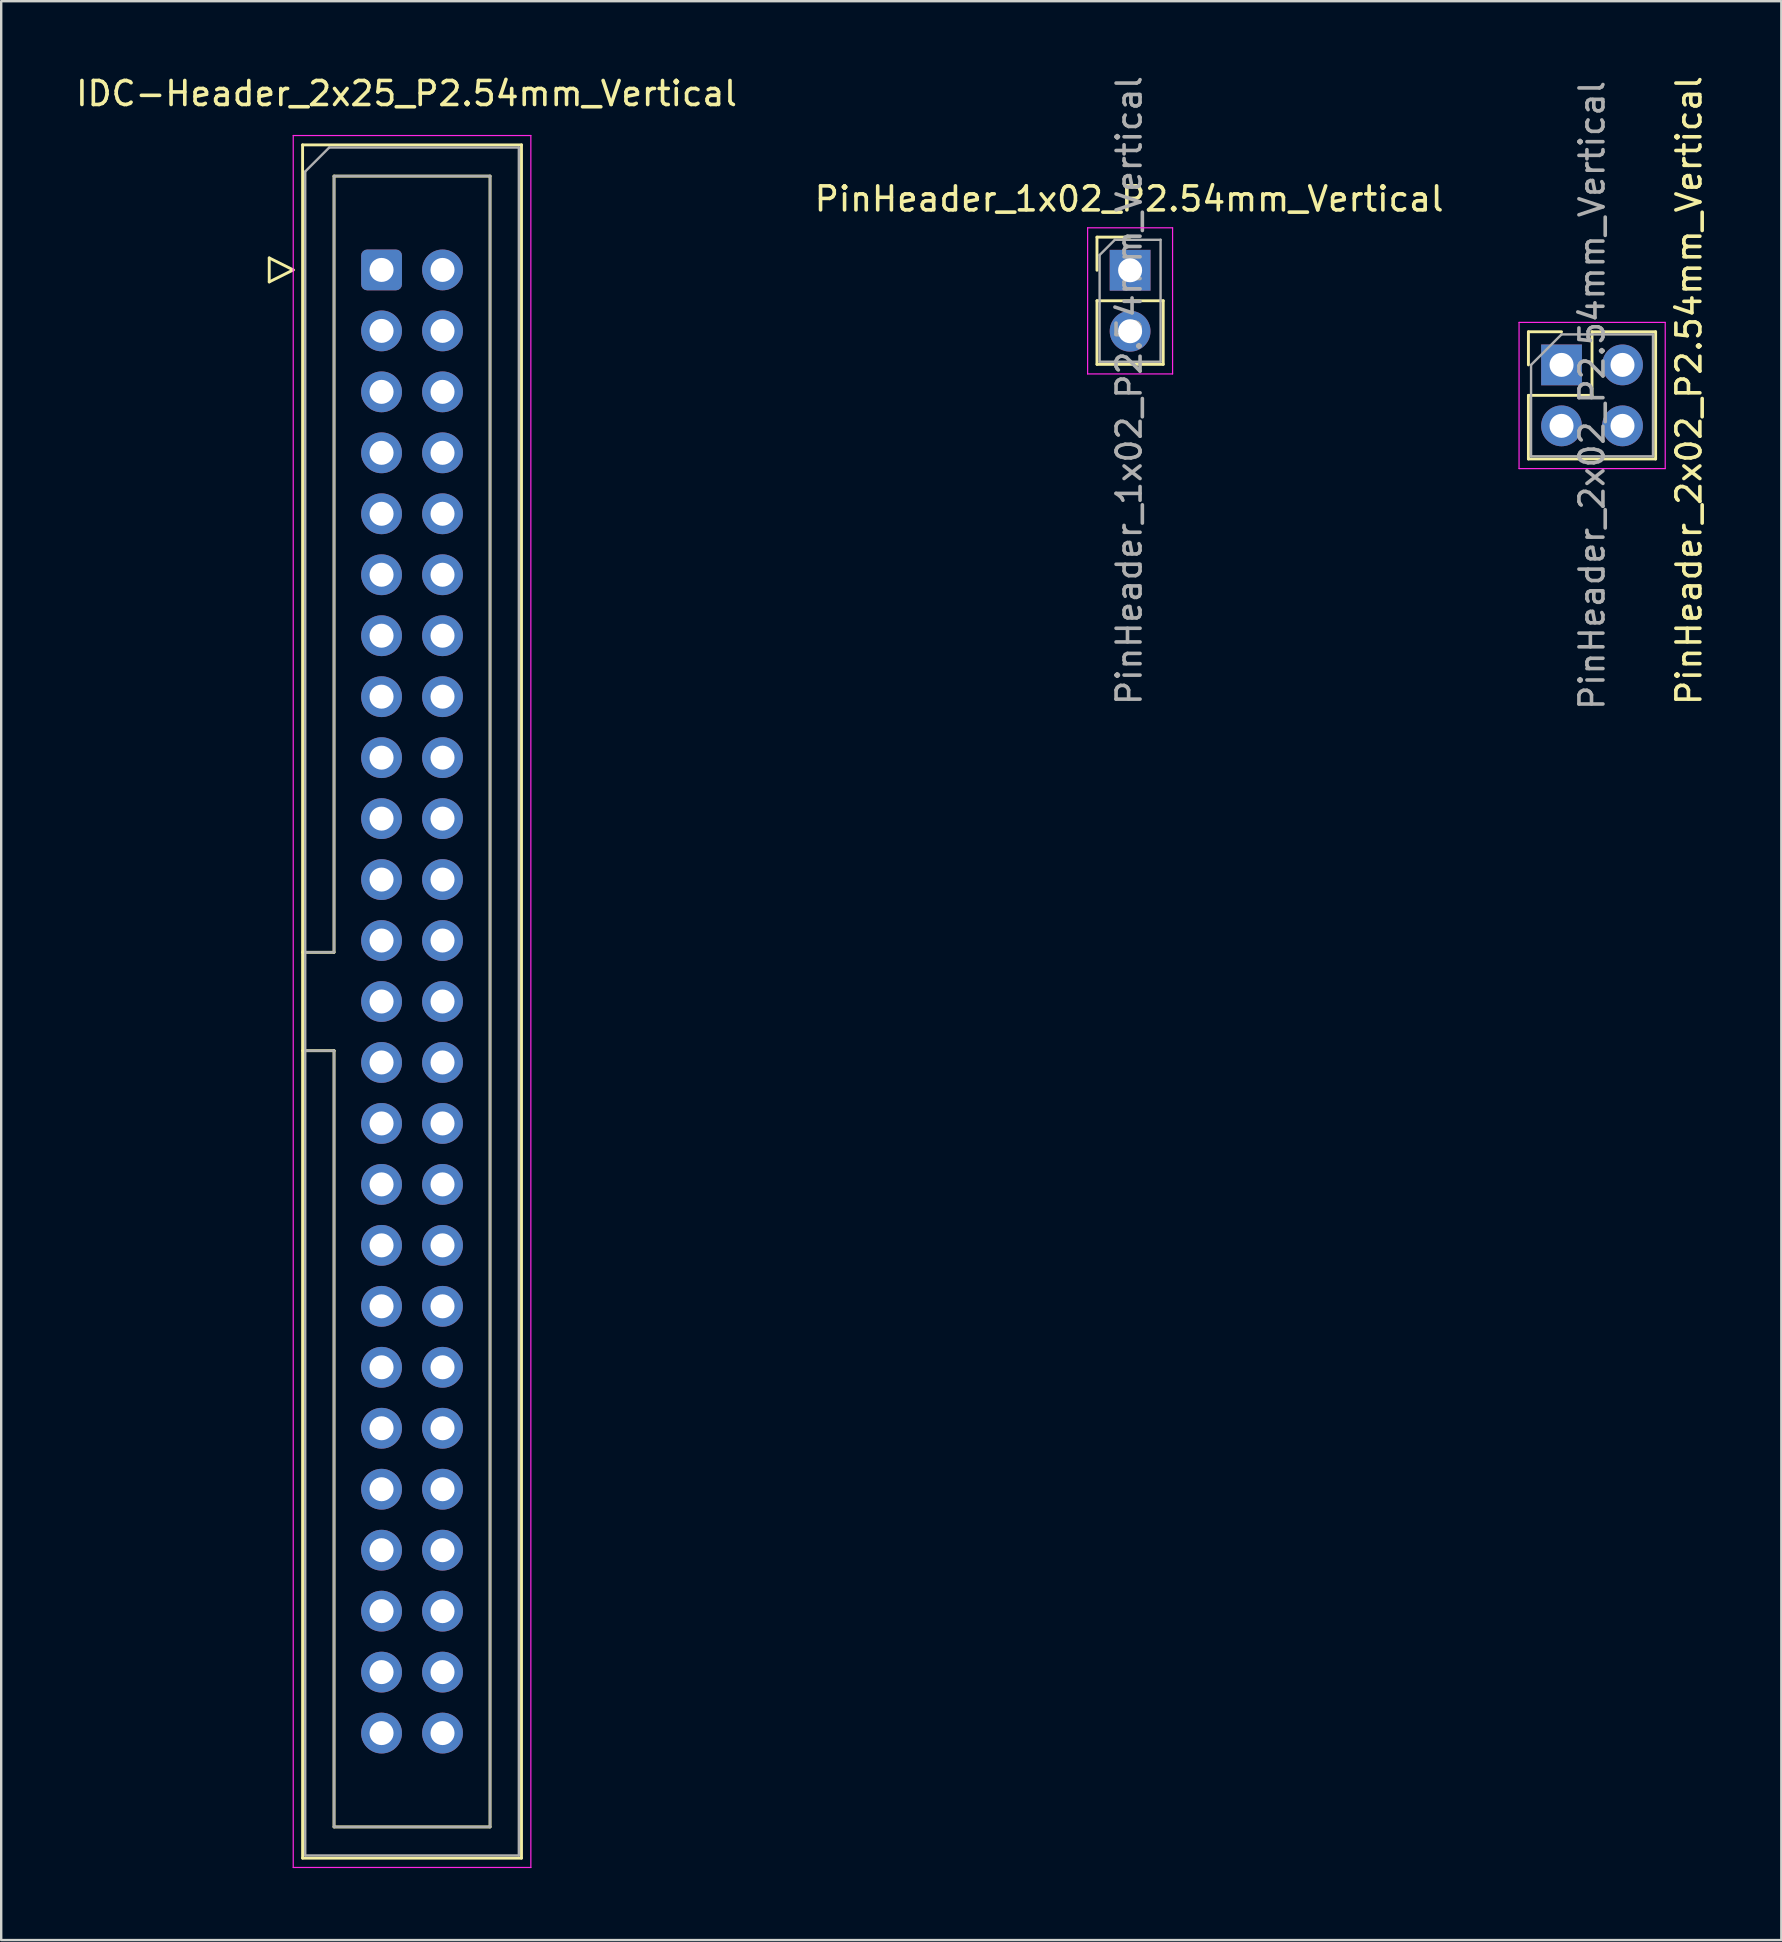
<source format=kicad_pcb>
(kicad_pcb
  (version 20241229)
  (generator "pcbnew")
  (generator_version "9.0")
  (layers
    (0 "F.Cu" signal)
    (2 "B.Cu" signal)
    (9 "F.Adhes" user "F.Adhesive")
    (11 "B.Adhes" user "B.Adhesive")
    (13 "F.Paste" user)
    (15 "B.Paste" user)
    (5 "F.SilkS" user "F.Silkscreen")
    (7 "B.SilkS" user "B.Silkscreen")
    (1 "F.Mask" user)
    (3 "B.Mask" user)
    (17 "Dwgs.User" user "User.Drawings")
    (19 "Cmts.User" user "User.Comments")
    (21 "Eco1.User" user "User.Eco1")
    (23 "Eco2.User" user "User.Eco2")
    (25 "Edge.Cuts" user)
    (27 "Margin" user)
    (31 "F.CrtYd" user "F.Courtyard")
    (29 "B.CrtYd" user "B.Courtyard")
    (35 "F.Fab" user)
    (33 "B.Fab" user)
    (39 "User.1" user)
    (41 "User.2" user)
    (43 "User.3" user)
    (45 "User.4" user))
  (footprint "PinHeader_1x02_P2.54mm_Vertical"
    (layer "F.Cu")
    (at 44.034 8.21)
    (property "Reference" "PinHeader_1x02_P2.54mm_Vertical" (at -0.04 -2.972 180) (layer "F.SilkS") (effects (font (size 1 1) (thickness 0.15))))
    (attr through_hole)
    (fp_line (start -1.38 -1.38) (end 0 -1.38) (stroke (width 0.12) (type solid)) (layer "F.SilkS"))
    (fp_line (start -1.38 0) (end -1.38 -1.38) (stroke (width 0.12) (type solid)) (layer "F.SilkS"))
    (fp_line (start -1.38 1.27) (end -1.38 3.92) (stroke (width 0.12) (type solid)) (layer "F.SilkS"))
    (fp_line (start -1.38 1.27) (end 1.38 1.27) (stroke (width 0.12) (type solid)) (layer "F.SilkS"))
    (fp_line (start -1.38 3.92) (end 1.38 3.92) (stroke (width 0.12) (type solid)) (layer "F.SilkS"))
    (fp_line (start 1.38 1.27) (end 1.38 3.92) (stroke (width 0.12) (type solid)) (layer "F.SilkS"))
    (fp_line (start -1.77 -1.77) (end -1.77 4.32) (stroke (width 0.05) (type solid)) (layer "F.CrtYd"))
    (fp_line (start -1.77 4.32) (end 1.77 4.32) (stroke (width 0.05) (type solid)) (layer "F.CrtYd"))
    (fp_line (start 1.77 -1.77) (end -1.77 -1.77) (stroke (width 0.05) (type solid)) (layer "F.CrtYd"))
    (fp_line (start 1.77 4.32) (end 1.77 -1.77) (stroke (width 0.05) (type solid)) (layer "F.CrtYd"))
    (fp_line (start -1.27 -0.635) (end -0.635 -1.27) (stroke (width 0.1) (type solid)) (layer "F.Fab"))
    (fp_line (start -1.27 3.81) (end -1.27 -0.635) (stroke (width 0.1) (type solid)) (layer "F.Fab"))
    (fp_line (start -0.635 -1.27) (end 1.27 -1.27) (stroke (width 0.1) (type solid)) (layer "F.Fab"))
    (fp_line (start 1.27 -1.27) (end 1.27 3.81) (stroke (width 0.1) (type solid)) (layer "F.Fab"))
    (fp_line (start 1.27 3.81) (end -1.27 3.81) (stroke (width 0.1) (type solid)) (layer "F.Fab"))
    (fp_text user "${REFERENCE}" (at -0.04 5.01 90) (layer "F.Fab") (effects (font (size 1 1) (thickness 0.15))))
    (pad "1" thru_hole rect (at 0 0) (size 1.7 1.7) (drill 1) (layers "*.Cu" "*.Mask"))
    (pad "2" thru_hole circle (at 0 2.54) (size 1.7 1.7) (drill 1) (layers "*.Cu" "*.Mask")))
  (footprint "PinHeader_2x02_P2.54mm_Vertical"
    (layer "F.Cu")
    (at 62.009 12.153)
    (property "Reference" "PinHeader_2x02_P2.54mm_Vertical" (at 5.309 1.067 90) (layer "F.SilkS") (effects (font (size 1 1) (thickness 0.15))))
    (attr through_hole)
    (fp_line (start -1.38 -1.38) (end 0 -1.38) (stroke (width 0.12) (type solid)) (layer "F.SilkS"))
    (fp_line (start -1.38 0) (end -1.38 -1.38) (stroke (width 0.12) (type solid)) (layer "F.SilkS"))
    (fp_line (start -1.38 1.27) (end -1.38 3.92) (stroke (width 0.12) (type solid)) (layer "F.SilkS"))
    (fp_line (start -1.38 1.27) (end 1.27 1.27) (stroke (width 0.12) (type solid)) (layer "F.SilkS"))
    (fp_line (start -1.38 3.92) (end 3.92 3.92) (stroke (width 0.12) (type solid)) (layer "F.SilkS"))
    (fp_line (start 1.27 -1.38) (end 3.92 -1.38) (stroke (width 0.12) (type solid)) (layer "F.SilkS"))
    (fp_line (start 1.27 1.27) (end 1.27 -1.38) (stroke (width 0.12) (type solid)) (layer "F.SilkS"))
    (fp_line (start 3.92 -1.38) (end 3.92 3.92) (stroke (width 0.12) (type solid)) (layer "F.SilkS"))
    (fp_line (start -1.77 -1.77) (end -1.77 4.32) (stroke (width 0.05) (type solid)) (layer "F.CrtYd"))
    (fp_line (start -1.77 4.32) (end 4.32 4.32) (stroke (width 0.05) (type solid)) (layer "F.CrtYd"))
    (fp_line (start 4.32 -1.77) (end -1.77 -1.77) (stroke (width 0.05) (type solid)) (layer "F.CrtYd"))
    (fp_line (start 4.32 4.32) (end 4.32 -1.77) (stroke (width 0.05) (type solid)) (layer "F.CrtYd"))
    (fp_line (start -1.27 0) (end 0 -1.27) (stroke (width 0.1) (type solid)) (layer "F.Fab"))
    (fp_line (start -1.27 3.81) (end -1.27 0) (stroke (width 0.1) (type solid)) (layer "F.Fab"))
    (fp_line (start 0 -1.27) (end 3.81 -1.27) (stroke (width 0.1) (type solid)) (layer "F.Fab"))
    (fp_line (start 3.81 -1.27) (end 3.81 3.81) (stroke (width 0.1) (type solid)) (layer "F.Fab"))
    (fp_line (start 3.81 3.81) (end -1.27 3.81) (stroke (width 0.1) (type solid)) (layer "F.Fab"))
    (fp_text user "${REFERENCE}" (at 1.27 1.27 90) (layer "F.Fab") (effects (font (size 1 1) (thickness 0.15))))
    (pad "1" thru_hole rect (at 0 0) (size 1.7 1.7) (drill 1) (layers "*.Cu" "*.Mask"))
    (pad "2" thru_hole circle (at 2.54 0) (size 1.7 1.7) (drill 1) (layers "*.Cu" "*.Mask"))
    (pad "3" thru_hole circle (at 0 2.54) (size 1.7 1.7) (drill 1) (layers "*.Cu" "*.Mask"))
    (pad "4" thru_hole circle (at 2.54 2.54) (size 1.7 1.7) (drill 1) (layers "*.Cu" "*.Mask")))
  (footprint "IDC-Header_2x25_P2.54mm_Vertical"
    (layer "F.Cu")
    (at 12.847 8.196)
    (property "Reference" "IDC-Header_2x25_P2.54mm_Vertical" (at 1.04 -7.348 0) (layer "F.SilkS") (effects (font (size 1 1) (thickness 0.15))))
    (attr through_hole)
    (fp_line (start -4.68 -0.5) (end -4.68 0.5) (stroke (width 0.12) (type solid)) (layer "F.SilkS"))
    (fp_line (start -4.68 0.5) (end -3.68 0) (stroke (width 0.12) (type solid)) (layer "F.SilkS"))
    (fp_line (start -3.68 0) (end -4.68 -0.5) (stroke (width 0.12) (type solid)) (layer "F.SilkS"))
    (fp_line (start -3.29 -5.21) (end 5.83 -5.21) (stroke (width 0.12) (type solid)) (layer "F.SilkS"))
    (fp_line (start -3.29 28.43) (end -1.98 28.43) (stroke (width 0.12) (type solid)) (layer "F.SilkS"))
    (fp_line (start -3.29 66.17) (end -3.29 -5.21) (stroke (width 0.12) (type solid)) (layer "F.SilkS"))
    (fp_line (start -1.98 -3.91) (end 4.52 -3.91) (stroke (width 0.12) (type solid)) (layer "F.SilkS"))
    (fp_line (start -1.98 28.43) (end -1.98 -3.91) (stroke (width 0.12) (type solid)) (layer "F.SilkS"))
    (fp_line (start -1.98 32.53) (end -3.29 32.53) (stroke (width 0.12) (type solid)) (layer "F.SilkS"))
    (fp_line (start -1.98 32.53) (end -1.98 32.53) (stroke (width 0.12) (type solid)) (layer "F.SilkS"))
    (fp_line (start -1.98 64.87) (end -1.98 32.53) (stroke (width 0.12) (type solid)) (layer "F.SilkS"))
    (fp_line (start 4.52 -3.91) (end 4.52 64.87) (stroke (width 0.12) (type solid)) (layer "F.SilkS"))
    (fp_line (start 4.52 64.87) (end -1.98 64.87) (stroke (width 0.12) (type solid)) (layer "F.SilkS"))
    (fp_line (start 5.83 -5.21) (end 5.83 66.17) (stroke (width 0.12) (type solid)) (layer "F.SilkS"))
    (fp_line (start 5.83 66.17) (end -3.29 66.17) (stroke (width 0.12) (type solid)) (layer "F.SilkS"))
    (fp_line (start -3.68 -5.6) (end -3.68 66.56) (stroke (width 0.05) (type solid)) (layer "F.CrtYd"))
    (fp_line (start -3.68 66.56) (end 6.22 66.56) (stroke (width 0.05) (type solid)) (layer "F.CrtYd"))
    (fp_line (start 6.22 -5.6) (end -3.68 -5.6) (stroke (width 0.05) (type solid)) (layer "F.CrtYd"))
    (fp_line (start 6.22 66.56) (end 6.22 -5.6) (stroke (width 0.05) (type solid)) (layer "F.CrtYd"))
    (fp_line (start -3.18 -4.1) (end -2.18 -5.1) (stroke (width 0.1) (type solid)) (layer "F.Fab"))
    (fp_line (start -3.18 28.43) (end -1.98 28.43) (stroke (width 0.1) (type solid)) (layer "F.Fab"))
    (fp_line (start -3.18 66.06) (end -3.18 -4.1) (stroke (width 0.1) (type solid)) (layer "F.Fab"))
    (fp_line (start -2.18 -5.1) (end 5.72 -5.1) (stroke (width 0.1) (type solid)) (layer "F.Fab"))
    (fp_line (start -1.98 -3.91) (end 4.52 -3.91) (stroke (width 0.1) (type solid)) (layer "F.Fab"))
    (fp_line (start -1.98 28.43) (end -1.98 -3.91) (stroke (width 0.1) (type solid)) (layer "F.Fab"))
    (fp_line (start -1.98 32.53) (end -3.18 32.53) (stroke (width 0.1) (type solid)) (layer "F.Fab"))
    (fp_line (start -1.98 32.53) (end -1.98 32.53) (stroke (width 0.1) (type solid)) (layer "F.Fab"))
    (fp_line (start -1.98 64.87) (end -1.98 32.53) (stroke (width 0.1) (type solid)) (layer "F.Fab"))
    (fp_line (start 4.52 -3.91) (end 4.52 64.87) (stroke (width 0.1) (type solid)) (layer "F.Fab"))
    (fp_line (start 4.52 64.87) (end -1.98 64.87) (stroke (width 0.1) (type solid)) (layer "F.Fab"))
    (fp_line (start 5.72 -5.1) (end 5.72 66.06) (stroke (width 0.1) (type solid)) (layer "F.Fab"))
    (fp_line (start 5.72 66.06) (end -3.18 66.06) (stroke (width 0.1) (type solid)) (layer "F.Fab"))
    (pad "1" thru_hole roundrect (at 0 0) (size 1.7 1.7) (drill 1) (layers "*.Cu" "*.Mask") (roundrect_rratio 0.147))
    (pad "2" thru_hole circle (at 2.54 0) (size 1.7 1.7) (drill 1) (layers "*.Cu" "*.Mask"))
    (pad "3" thru_hole circle (at 0 2.54) (size 1.7 1.7) (drill 1) (layers "*.Cu" "*.Mask"))
    (pad "4" thru_hole circle (at 2.54 2.54) (size 1.7 1.7) (drill 1) (layers "*.Cu" "*.Mask"))
    (pad "5" thru_hole circle (at 0 5.08) (size 1.7 1.7) (drill 1) (layers "*.Cu" "*.Mask"))
    (pad "6" thru_hole circle (at 2.54 5.08) (size 1.7 1.7) (drill 1) (layers "*.Cu" "*.Mask"))
    (pad "7" thru_hole circle (at 0 7.62) (size 1.7 1.7) (drill 1) (layers "*.Cu" "*.Mask"))
    (pad "8" thru_hole circle (at 2.54 7.62) (size 1.7 1.7) (drill 1) (layers "*.Cu" "*.Mask"))
    (pad "9" thru_hole circle (at 0 10.16) (size 1.7 1.7) (drill 1) (layers "*.Cu" "*.Mask"))
    (pad "10" thru_hole circle (at 2.54 10.16) (size 1.7 1.7) (drill 1) (layers "*.Cu" "*.Mask"))
    (pad "11" thru_hole circle (at 0 12.7) (size 1.7 1.7) (drill 1) (layers "*.Cu" "*.Mask"))
    (pad "12" thru_hole circle (at 2.54 12.7) (size 1.7 1.7) (drill 1) (layers "*.Cu" "*.Mask"))
    (pad "13" thru_hole circle (at 0 15.24) (size 1.7 1.7) (drill 1) (layers "*.Cu" "*.Mask"))
    (pad "14" thru_hole circle (at 2.54 15.24) (size 1.7 1.7) (drill 1) (layers "*.Cu" "*.Mask"))
    (pad "15" thru_hole circle (at 0 17.78) (size 1.7 1.7) (drill 1) (layers "*.Cu" "*.Mask"))
    (pad "16" thru_hole circle (at 2.54 17.78) (size 1.7 1.7) (drill 1) (layers "*.Cu" "*.Mask"))
    (pad "17" thru_hole circle (at 0 20.32) (size 1.7 1.7) (drill 1) (layers "*.Cu" "*.Mask"))
    (pad "18" thru_hole circle (at 2.54 20.32) (size 1.7 1.7) (drill 1) (layers "*.Cu" "*.Mask"))
    (pad "19" thru_hole circle (at 0 22.86) (size 1.7 1.7) (drill 1) (layers "*.Cu" "*.Mask"))
    (pad "20" thru_hole circle (at 2.54 22.86) (size 1.7 1.7) (drill 1) (layers "*.Cu" "*.Mask"))
    (pad "21" thru_hole circle (at 0 25.4) (size 1.7 1.7) (drill 1) (layers "*.Cu" "*.Mask"))
    (pad "22" thru_hole circle (at 2.54 25.4) (size 1.7 1.7) (drill 1) (layers "*.Cu" "*.Mask"))
    (pad "23" thru_hole circle (at 0 27.94) (size 1.7 1.7) (drill 1) (layers "*.Cu" "*.Mask"))
    (pad "24" thru_hole circle (at 2.54 27.94) (size 1.7 1.7) (drill 1) (layers "*.Cu" "*.Mask"))
    (pad "25" thru_hole circle (at 0 30.48) (size 1.7 1.7) (drill 1) (layers "*.Cu" "*.Mask"))
    (pad "26" thru_hole circle (at 2.54 30.48) (size 1.7 1.7) (drill 1) (layers "*.Cu" "*.Mask"))
    (pad "27" thru_hole circle (at 0 33.02) (size 1.7 1.7) (drill 1) (layers "*.Cu" "*.Mask"))
    (pad "28" thru_hole circle (at 2.54 33.02) (size 1.7 1.7) (drill 1) (layers "*.Cu" "*.Mask"))
    (pad "29" thru_hole circle (at 0 35.56) (size 1.7 1.7) (drill 1) (layers "*.Cu" "*.Mask"))
    (pad "30" thru_hole circle (at 2.54 35.56) (size 1.7 1.7) (drill 1) (layers "*.Cu" "*.Mask"))
    (pad "31" thru_hole circle (at 0 38.1) (size 1.7 1.7) (drill 1) (layers "*.Cu" "*.Mask"))
    (pad "32" thru_hole circle (at 2.54 38.1) (size 1.7 1.7) (drill 1) (layers "*.Cu" "*.Mask"))
    (pad "33" thru_hole circle (at 0 40.64) (size 1.7 1.7) (drill 1) (layers "*.Cu" "*.Mask"))
    (pad "34" thru_hole circle (at 2.54 40.64) (size 1.7 1.7) (drill 1) (layers "*.Cu" "*.Mask"))
    (pad "35" thru_hole circle (at 0 43.18) (size 1.7 1.7) (drill 1) (layers "*.Cu" "*.Mask"))
    (pad "36" thru_hole circle (at 2.54 43.18) (size 1.7 1.7) (drill 1) (layers "*.Cu" "*.Mask"))
    (pad "37" thru_hole circle (at 0 45.72) (size 1.7 1.7) (drill 1) (layers "*.Cu" "*.Mask"))
    (pad "38" thru_hole circle (at 2.54 45.72) (size 1.7 1.7) (drill 1) (layers "*.Cu" "*.Mask"))
    (pad "39" thru_hole circle (at 0 48.26) (size 1.7 1.7) (drill 1) (layers "*.Cu" "*.Mask"))
    (pad "40" thru_hole circle (at 2.54 48.26) (size 1.7 1.7) (drill 1) (layers "*.Cu" "*.Mask"))
    (pad "41" thru_hole circle (at 0 50.8) (size 1.7 1.7) (drill 1) (layers "*.Cu" "*.Mask"))
    (pad "42" thru_hole circle (at 2.54 50.8) (size 1.7 1.7) (drill 1) (layers "*.Cu" "*.Mask"))
    (pad "43" thru_hole circle (at 0 53.34) (size 1.7 1.7) (drill 1) (layers "*.Cu" "*.Mask"))
    (pad "44" thru_hole circle (at 2.54 53.34) (size 1.7 1.7) (drill 1) (layers "*.Cu" "*.Mask"))
    (pad "45" thru_hole circle (at 0 55.88) (size 1.7 1.7) (drill 1) (layers "*.Cu" "*.Mask"))
    (pad "46" thru_hole circle (at 2.54 55.88) (size 1.7 1.7) (drill 1) (layers "*.Cu" "*.Mask"))
    (pad "47" thru_hole circle (at 0 58.42) (size 1.7 1.7) (drill 1) (layers "*.Cu" "*.Mask"))
    (pad "48" thru_hole circle (at 2.54 58.42) (size 1.7 1.7) (drill 1) (layers "*.Cu" "*.Mask"))
    (pad "49" thru_hole circle (at 0 60.96) (size 1.7 1.7) (drill 1) (layers "*.Cu" "*.Mask"))
    (pad "50" thru_hole circle (at 2.54 60.96) (size 1.7 1.7) (drill 1) (layers "*.Cu" "*.Mask")))
  (gr_rect
    (start -3 -3)
    (end 71.166 77.781)
    (stroke (width 0.1) (type default))
    (fill no)
    (layer "Edge.Cuts")))
</source>
